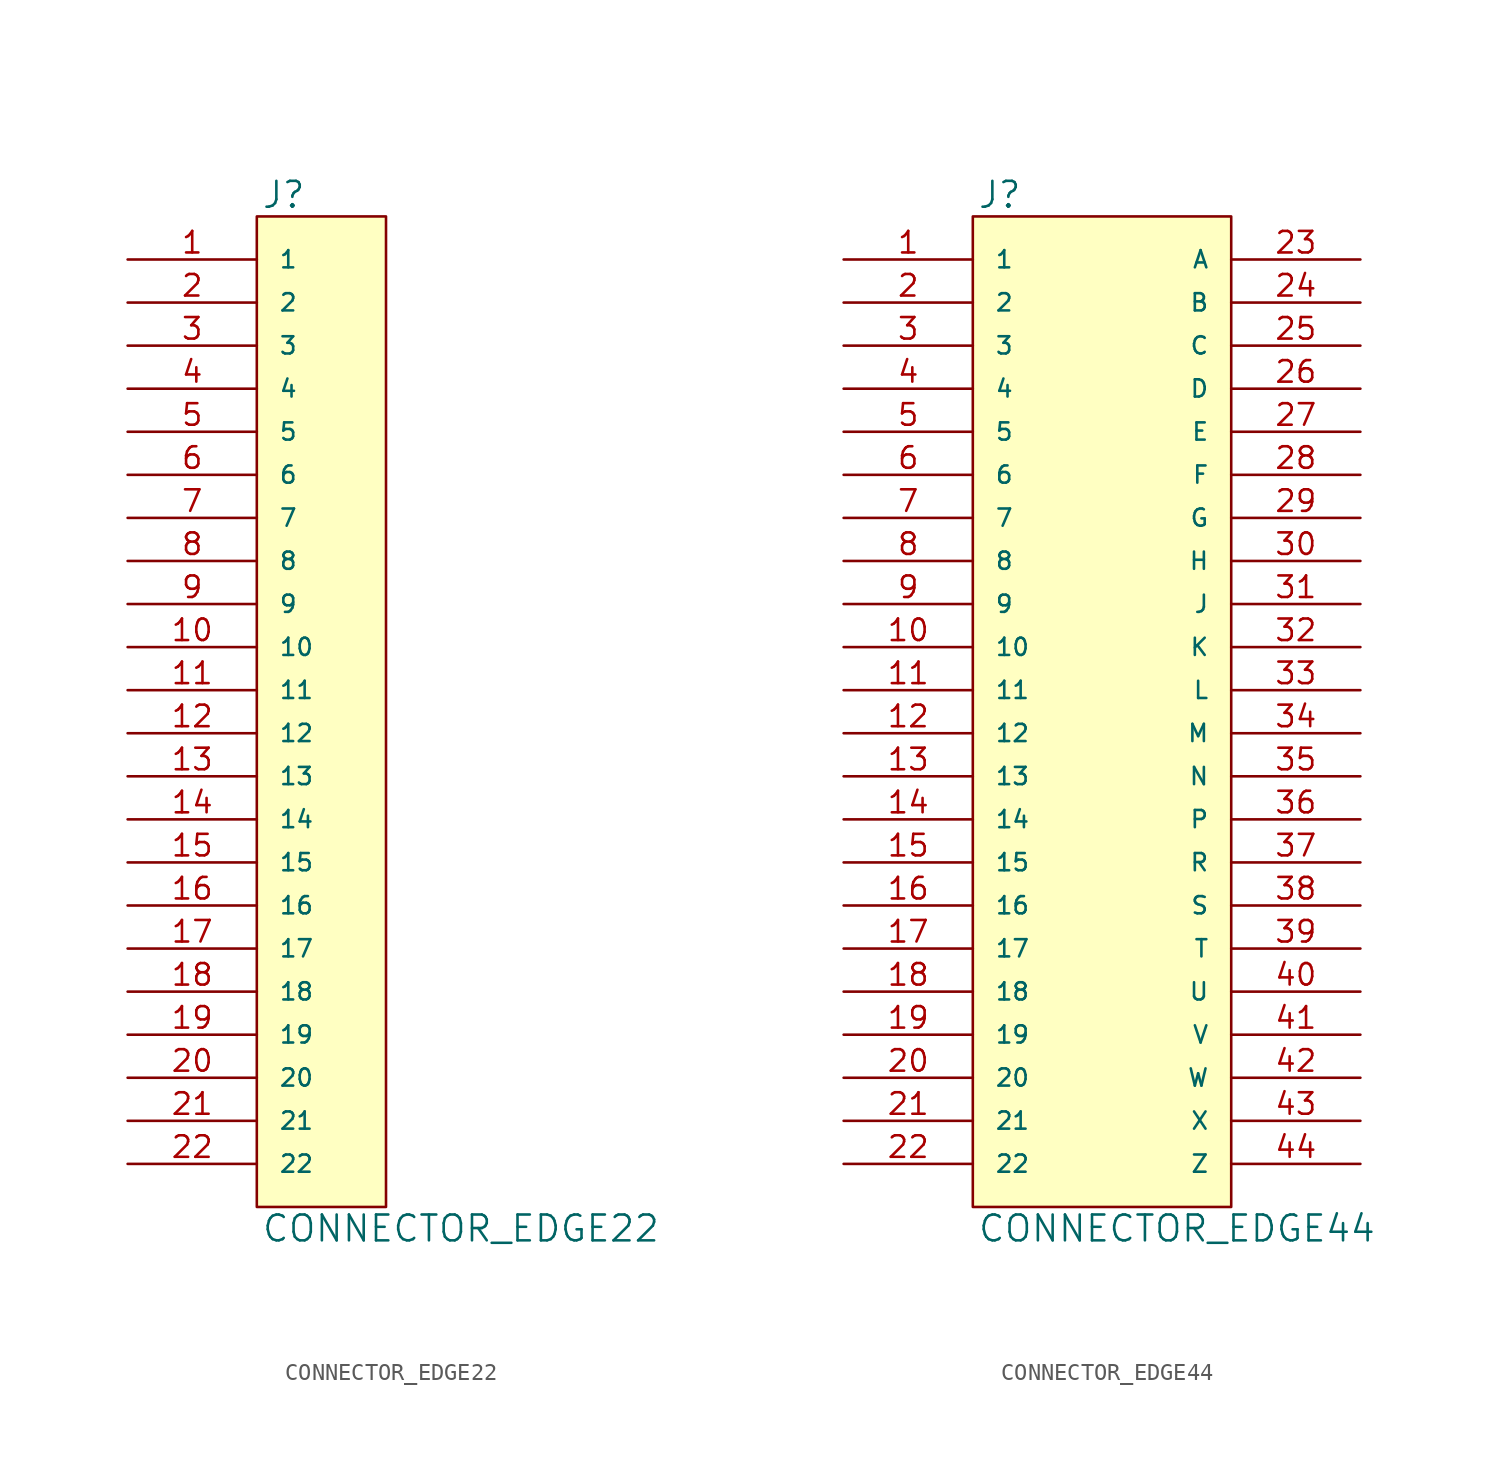
<source format=kicad_sym>
(kicad_symbol_lib
  (version 20231120)
  (generator "kicad_symbol_editor")
  (generator_version "8.0")
  (symbol "CONNECTOR_EDGE22"
    (pin_names
      (offset 1.27))
    (property "Reference" "J"
      (at 0.254 0.381 0)
      (effects (font (size 1.524 1.524)) (justify left bottom)))
    (property "Value" "CONNECTOR_EDGE22"
      (at 0.254 -58.801 0)
      (effects (font (size 1.524 1.524)) (justify left top)))
    (symbol "CONNECTOR_EDGE22_0_1"
      (rectangle (start 0 0) (end 7.62 -58.42) (stroke (width 0) (type solid)) (fill (type background))))
    (symbol "CONNECTOR_EDGE22_1_1"
      (pin passive line (at -7.62 -2.54 0) (length 7.62) (name "1" (effects (font (size 1.016 1.016)))) (number "1" (effects (font (size 1.27 1.27)))))
      (pin passive line (at -7.62 -25.4 0) (length 7.62) (name "10" (effects (font (size 1.016 1.016)))) (number "10" (effects (font (size 1.27 1.27)))))
      (pin passive line (at -7.62 -27.94 0) (length 7.62) (name "11" (effects (font (size 1.016 1.016)))) (number "11" (effects (font (size 1.27 1.27)))))
      (pin passive line (at -7.62 -30.48 0) (length 7.62) (name "12" (effects (font (size 1.016 1.016)))) (number "12" (effects (font (size 1.27 1.27)))))
      (pin passive line (at -7.62 -33.02 0) (length 7.62) (name "13" (effects (font (size 1.016 1.016)))) (number "13" (effects (font (size 1.27 1.27)))))
      (pin passive line (at -7.62 -35.56 0) (length 7.62) (name "14" (effects (font (size 1.016 1.016)))) (number "14" (effects (font (size 1.27 1.27)))))
      (pin passive line (at -7.62 -38.1 0) (length 7.62) (name "15" (effects (font (size 1.016 1.016)))) (number "15" (effects (font (size 1.27 1.27)))))
      (pin passive line (at -7.62 -40.64 0) (length 7.62) (name "16" (effects (font (size 1.016 1.016)))) (number "16" (effects (font (size 1.27 1.27)))))
      (pin passive line (at -7.62 -43.18 0) (length 7.62) (name "17" (effects (font (size 1.016 1.016)))) (number "17" (effects (font (size 1.27 1.27)))))
      (pin passive line (at -7.62 -45.72 0) (length 7.62) (name "18" (effects (font (size 1.016 1.016)))) (number "18" (effects (font (size 1.27 1.27)))))
      (pin passive line (at -7.62 -48.26 0) (length 7.62) (name "19" (effects (font (size 1.016 1.016)))) (number "19" (effects (font (size 1.27 1.27)))))
      (pin passive line (at -7.62 -5.08 0) (length 7.62) (name "2" (effects (font (size 1.016 1.016)))) (number "2" (effects (font (size 1.27 1.27)))))
      (pin passive line (at -7.62 -50.8 0) (length 7.62) (name "20" (effects (font (size 1.016 1.016)))) (number "20" (effects (font (size 1.27 1.27)))))
      (pin passive line (at -7.62 -53.34 0) (length 7.62) (name "21" (effects (font (size 1.016 1.016)))) (number "21" (effects (font (size 1.27 1.27)))))
      (pin passive line (at -7.62 -55.88 0) (length 7.62) (name "22" (effects (font (size 1.016 1.016)))) (number "22" (effects (font (size 1.27 1.27)))))
      (pin passive line (at -7.62 -7.62 0) (length 7.62) (name "3" (effects (font (size 1.016 1.016)))) (number "3" (effects (font (size 1.27 1.27)))))
      (pin passive line (at -7.62 -10.16 0) (length 7.62) (name "4" (effects (font (size 1.016 1.016)))) (number "4" (effects (font (size 1.27 1.27)))))
      (pin passive line (at -7.62 -12.7 0) (length 7.62) (name "5" (effects (font (size 1.016 1.016)))) (number "5" (effects (font (size 1.27 1.27)))))
      (pin passive line (at -7.62 -15.24 0) (length 7.62) (name "6" (effects (font (size 1.016 1.016)))) (number "6" (effects (font (size 1.27 1.27)))))
      (pin passive line (at -7.62 -17.78 0) (length 7.62) (name "7" (effects (font (size 1.016 1.016)))) (number "7" (effects (font (size 1.27 1.27)))))
      (pin passive line (at -7.62 -20.32 0) (length 7.62) (name "8" (effects (font (size 1.016 1.016)))) (number "8" (effects (font (size 1.27 1.27)))))
      (pin passive line (at -7.62 -22.86 0) (length 7.62) (name "9" (effects (font (size 1.016 1.016)))) (number "9" (effects (font (size 1.27 1.27)))))))
  (symbol "CONNECTOR_EDGE44"
    (pin_names
      (offset 1.27))
    (property "Reference" "J"
      (at 0.254 0.381 0)
      (effects (font (size 1.524 1.524)) (justify left bottom)))
    (property "Value" "CONNECTOR_EDGE44"
      (at 0.254 -58.801 0)
      (effects (font (size 1.524 1.524)) (justify left top)))
    (symbol "CONNECTOR_EDGE44_0_1"
      (rectangle (start 0 0) (end 15.24 -58.42) (stroke (width 0) (type solid)) (fill (type background))))
    (symbol "CONNECTOR_EDGE44_1_1"
      (pin passive line (at -7.62 -2.54 0) (length 7.62) (name "1" (effects (font (size 1.016 1.016)))) (number "1" (effects (font (size 1.27 1.27)))))
      (pin passive line (at -7.62 -25.4 0) (length 7.62) (name "10" (effects (font (size 1.016 1.016)))) (number "10" (effects (font (size 1.27 1.27)))))
      (pin passive line (at -7.62 -27.94 0) (length 7.62) (name "11" (effects (font (size 1.016 1.016)))) (number "11" (effects (font (size 1.27 1.27)))))
      (pin passive line (at -7.62 -30.48 0) (length 7.62) (name "12" (effects (font (size 1.016 1.016)))) (number "12" (effects (font (size 1.27 1.27)))))
      (pin passive line (at -7.62 -33.02 0) (length 7.62) (name "13" (effects (font (size 1.016 1.016)))) (number "13" (effects (font (size 1.27 1.27)))))
      (pin passive line (at -7.62 -35.56 0) (length 7.62) (name "14" (effects (font (size 1.016 1.016)))) (number "14" (effects (font (size 1.27 1.27)))))
      (pin passive line (at -7.62 -38.1 0) (length 7.62) (name "15" (effects (font (size 1.016 1.016)))) (number "15" (effects (font (size 1.27 1.27)))))
      (pin passive line (at -7.62 -40.64 0) (length 7.62) (name "16" (effects (font (size 1.016 1.016)))) (number "16" (effects (font (size 1.27 1.27)))))
      (pin passive line (at -7.62 -43.18 0) (length 7.62) (name "17" (effects (font (size 1.016 1.016)))) (number "17" (effects (font (size 1.27 1.27)))))
      (pin passive line (at -7.62 -45.72 0) (length 7.62) (name "18" (effects (font (size 1.016 1.016)))) (number "18" (effects (font (size 1.27 1.27)))))
      (pin passive line (at -7.62 -48.26 0) (length 7.62) (name "19" (effects (font (size 1.016 1.016)))) (number "19" (effects (font (size 1.27 1.27)))))
      (pin passive line (at -7.62 -5.08 0) (length 7.62) (name "2" (effects (font (size 1.016 1.016)))) (number "2" (effects (font (size 1.27 1.27)))))
      (pin passive line (at -7.62 -50.8 0) (length 7.62) (name "20" (effects (font (size 1.016 1.016)))) (number "20" (effects (font (size 1.27 1.27)))))
      (pin passive line (at -7.62 -53.34 0) (length 7.62) (name "21" (effects (font (size 1.016 1.016)))) (number "21" (effects (font (size 1.27 1.27)))))
      (pin passive line (at -7.62 -55.88 0) (length 7.62) (name "22" (effects (font (size 1.016 1.016)))) (number "22" (effects (font (size 1.27 1.27)))))
      (pin passive line (at 22.86 -2.54 180) (length 7.62) (name "A" (effects (font (size 1.016 1.016)))) (number "23" (effects (font (size 1.27 1.27)))))
      (pin passive line (at 22.86 -5.08 180) (length 7.62) (name "B" (effects (font (size 1.016 1.016)))) (number "24" (effects (font (size 1.27 1.27)))))
      (pin passive line (at 22.86 -7.62 180) (length 7.62) (name "C" (effects (font (size 1.016 1.016)))) (number "25" (effects (font (size 1.27 1.27)))))
      (pin passive line (at 22.86 -10.16 180) (length 7.62) (name "D" (effects (font (size 1.016 1.016)))) (number "26" (effects (font (size 1.27 1.27)))))
      (pin passive line (at 22.86 -12.7 180) (length 7.62) (name "E" (effects (font (size 1.016 1.016)))) (number "27" (effects (font (size 1.27 1.27)))))
      (pin passive line (at 22.86 -15.24 180) (length 7.62) (name "F" (effects (font (size 1.016 1.016)))) (number "28" (effects (font (size 1.27 1.27)))))
      (pin passive line (at 22.86 -17.78 180) (length 7.62) (name "G" (effects (font (size 1.016 1.016)))) (number "29" (effects (font (size 1.27 1.27)))))
      (pin passive line (at -7.62 -7.62 0) (length 7.62) (name "3" (effects (font (size 1.016 1.016)))) (number "3" (effects (font (size 1.27 1.27)))))
      (pin passive line (at 22.86 -20.32 180) (length 7.62) (name "H" (effects (font (size 1.016 1.016)))) (number "30" (effects (font (size 1.27 1.27)))))
      (pin passive line (at 22.86 -22.86 180) (length 7.62) (name "J" (effects (font (size 1.016 1.016)))) (number "31" (effects (font (size 1.27 1.27)))))
      (pin passive line (at 22.86 -25.4 180) (length 7.62) (name "K" (effects (font (size 1.016 1.016)))) (number "32" (effects (font (size 1.27 1.27)))))
      (pin passive line (at 22.86 -27.94 180) (length 7.62) (name "L" (effects (font (size 1.016 1.016)))) (number "33" (effects (font (size 1.27 1.27)))))
      (pin passive line (at 22.86 -30.48 180) (length 7.62) (name "M" (effects (font (size 1.016 1.016)))) (number "34" (effects (font (size 1.27 1.27)))))
      (pin passive line (at 22.86 -33.02 180) (length 7.62) (name "N" (effects (font (size 1.016 1.016)))) (number "35" (effects (font (size 1.27 1.27)))))
      (pin passive line (at 22.86 -35.56 180) (length 7.62) (name "P" (effects (font (size 1.016 1.016)))) (number "36" (effects (font (size 1.27 1.27)))))
      (pin passive line (at 22.86 -38.1 180) (length 7.62) (name "R" (effects (font (size 1.016 1.016)))) (number "37" (effects (font (size 1.27 1.27)))))
      (pin passive line (at 22.86 -40.64 180) (length 7.62) (name "S" (effects (font (size 1.016 1.016)))) (number "38" (effects (font (size 1.27 1.27)))))
      (pin passive line (at 22.86 -43.18 180) (length 7.62) (name "T" (effects (font (size 1.016 1.016)))) (number "39" (effects (font (size 1.27 1.27)))))
      (pin passive line (at -7.62 -10.16 0) (length 7.62) (name "4" (effects (font (size 1.016 1.016)))) (number "4" (effects (font (size 1.27 1.27)))))
      (pin passive line (at 22.86 -45.72 180) (length 7.62) (name "U" (effects (font (size 1.016 1.016)))) (number "40" (effects (font (size 1.27 1.27)))))
      (pin passive line (at 22.86 -48.26 180) (length 7.62) (name "V" (effects (font (size 1.016 1.016)))) (number "41" (effects (font (size 1.27 1.27)))))
      (pin passive line (at 22.86 -50.8 180) (length 7.62) (name "W" (effects (font (size 1.016 1.016)))) (number "42" (effects (font (size 1.27 1.27)))))
      (pin passive line (at 22.86 -53.34 180) (length 7.62) (name "X" (effects (font (size 1.016 1.016)))) (number "43" (effects (font (size 1.27 1.27)))))
      (pin passive line (at 22.86 -55.88 180) (length 7.62) (name "Z" (effects (font (size 1.016 1.016)))) (number "44" (effects (font (size 1.27 1.27)))))
      (pin passive line (at -7.62 -12.7 0) (length 7.62) (name "5" (effects (font (size 1.016 1.016)))) (number "5" (effects (font (size 1.27 1.27)))))
      (pin passive line (at -7.62 -15.24 0) (length 7.62) (name "6" (effects (font (size 1.016 1.016)))) (number "6" (effects (font (size 1.27 1.27)))))
      (pin passive line (at -7.62 -17.78 0) (length 7.62) (name "7" (effects (font (size 1.016 1.016)))) (number "7" (effects (font (size 1.27 1.27)))))
      (pin passive line (at -7.62 -20.32 0) (length 7.62) (name "8" (effects (font (size 1.016 1.016)))) (number "8" (effects (font (size 1.27 1.27)))))
      (pin passive line (at -7.62 -22.86 0) (length 7.62) (name "9" (effects (font (size 1.016 1.016)))) (number "9" (effects (font (size 1.27 1.27))))))))
</source>
